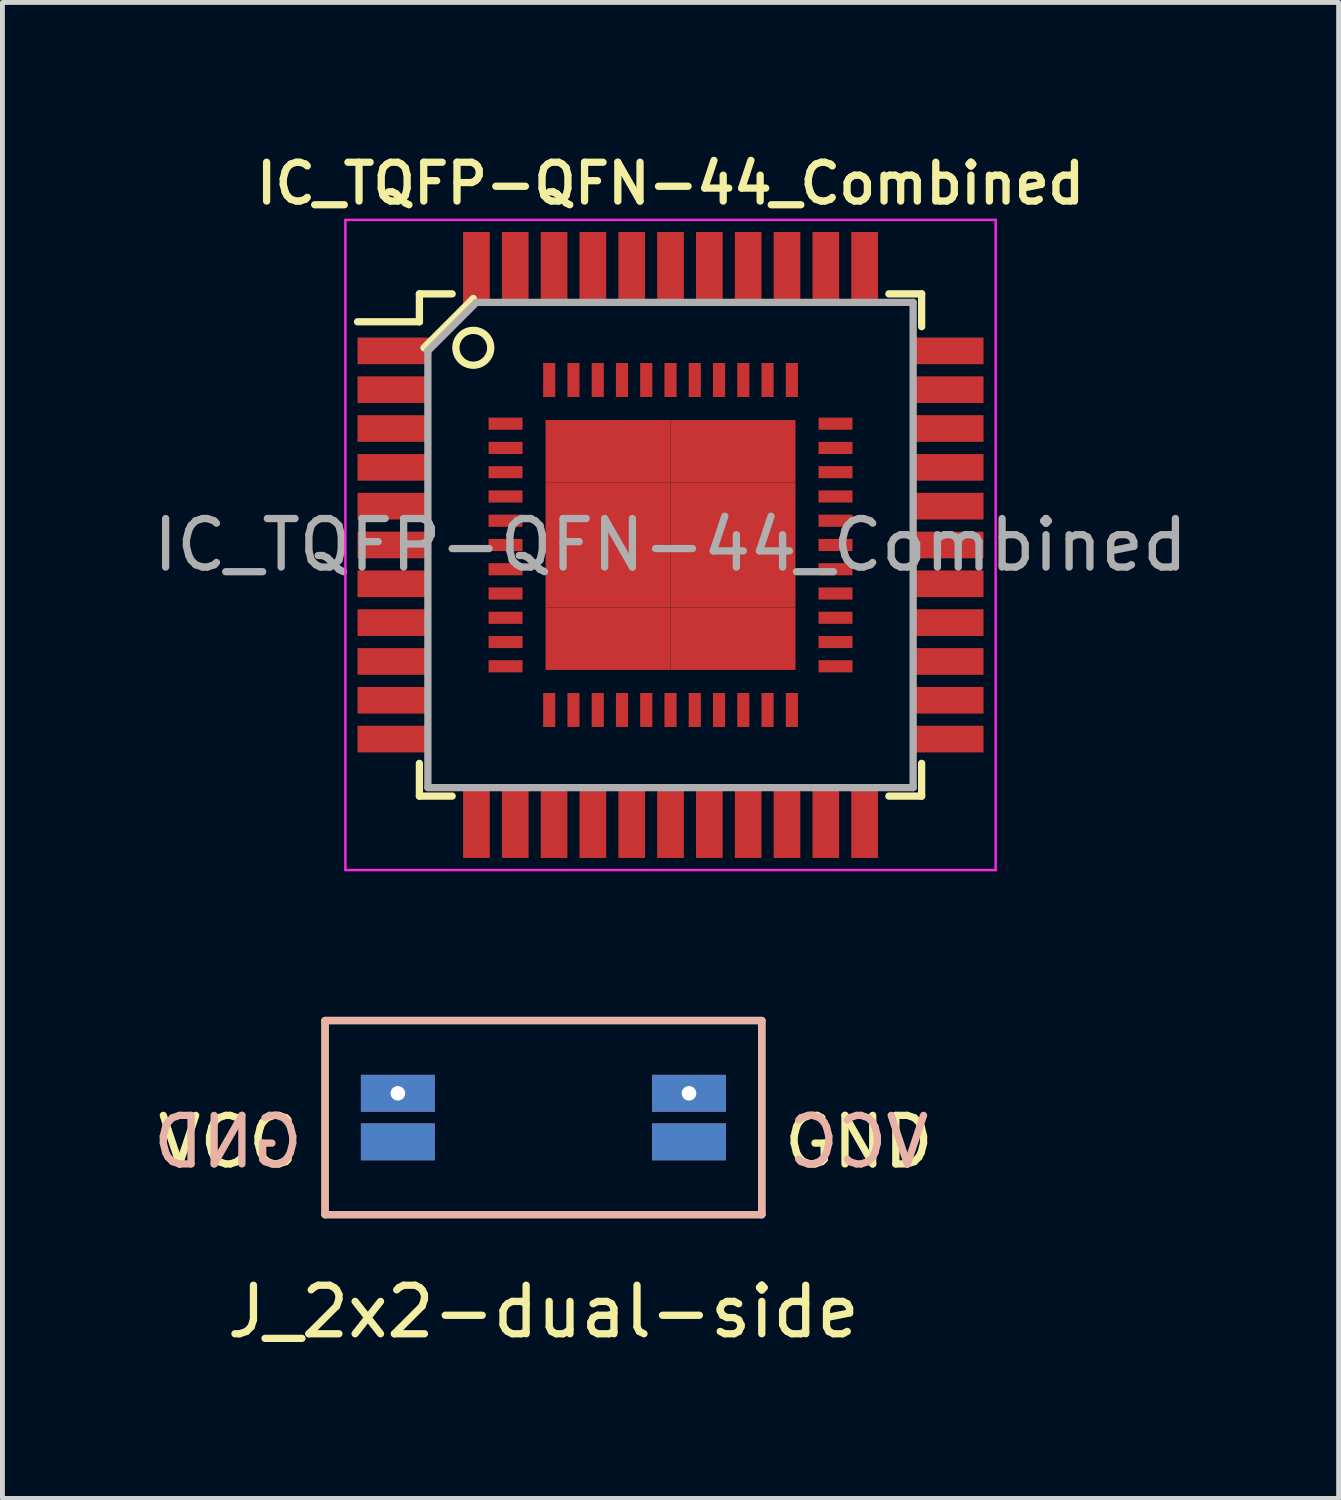
<source format=kicad_pcb>
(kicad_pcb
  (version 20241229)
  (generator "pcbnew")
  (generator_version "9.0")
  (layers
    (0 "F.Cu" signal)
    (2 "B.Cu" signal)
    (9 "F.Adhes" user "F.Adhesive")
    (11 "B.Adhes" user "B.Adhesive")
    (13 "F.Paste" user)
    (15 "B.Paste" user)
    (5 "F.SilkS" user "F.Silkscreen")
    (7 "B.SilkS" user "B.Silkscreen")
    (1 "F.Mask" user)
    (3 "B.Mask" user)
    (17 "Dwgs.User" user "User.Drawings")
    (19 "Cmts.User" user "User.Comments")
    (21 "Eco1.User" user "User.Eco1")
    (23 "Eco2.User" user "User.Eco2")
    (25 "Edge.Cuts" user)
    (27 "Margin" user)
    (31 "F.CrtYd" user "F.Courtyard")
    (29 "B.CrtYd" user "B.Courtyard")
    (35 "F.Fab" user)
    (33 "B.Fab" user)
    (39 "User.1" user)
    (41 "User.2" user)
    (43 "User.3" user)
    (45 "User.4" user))
  (footprint "J_2x2-dual-side"
    (layer "F.Cu")
    (at 8.149 19.981)
    (property "Reference" "J_2x2-dual-side" (at 0 4 0) (layer "F.SilkS") (effects (font (size 1 1) (thickness 0.15))))
    (attr through_hole)
    (fp_line (start -4.5 2) (end -4.5 -2) (stroke (width 0.15) (type solid)) (layer "F.SilkS"))
    (fp_line (start -4.5 2) (end 4.5 2) (stroke (width 0.15) (type solid)) (layer "F.SilkS"))
    (fp_line (start 4.5 -2) (end -4.5 -2) (stroke (width 0.15) (type solid)) (layer "F.SilkS"))
    (fp_line (start 4.5 -2) (end 4.5 2) (stroke (width 0.15) (type solid)) (layer "F.SilkS"))
    (fp_line (start -4.5 -2) (end -4.5 2) (stroke (width 0.15) (type solid)) (layer "B.SilkS"))
    (fp_line (start -4.5 -2) (end 4.5 -2) (stroke (width 0.15) (type solid)) (layer "B.SilkS"))
    (fp_line (start 4.5 -2) (end 4.5 2) (stroke (width 0.15) (type solid)) (layer "B.SilkS"))
    (fp_line (start 4.5 2) (end -4.5 2) (stroke (width 0.15) (type solid)) (layer "B.SilkS"))
    (fp_text user "GND" (at 6.5 0.5 0) (layer "F.SilkS") (effects (font (size 1 1) (thickness 0.15))))
    (fp_text user "VCC" (at -6.5 0.5 0) (layer "F.SilkS") (effects (font (size 1 1) (thickness 0.15))))
    (fp_text user "GND" (at -6.5 0.5 0) (layer "B.SilkS") (effects (font (size 1 1) (thickness 0.15)) (justify mirror)))
    (fp_text user "VCC" (at 6.5 0.5 0) (layer "B.SilkS") (effects (font (size 1 1) (thickness 0.15)) (justify mirror)))
    (pad "1" smd rect (at -3 0.5) (size 1.524 0.762) (layers "F.Cu" "F.Mask" "F.Paste"))
    (pad "2" thru_hole rect (at -3 -0.5) (size 1.524 0.762) (drill 0.3) (layers "*.Cu" "*.Mask"))
    (pad "3" smd rect (at -3 0.5) (size 1.524 0.762) (layers "B.Cu" "B.Mask" "B.Paste"))
    (pad "4" smd rect (at 3 0.5) (size 1.524 0.762) (layers "F.Cu" "F.Mask" "F.Paste"))
    (pad "5" thru_hole rect (at 3 -0.5) (size 1.524 0.762) (drill 0.3) (layers "*.Cu" "*.Mask"))
    (pad "6" smd rect (at 3 0.5) (size 1.524 0.762) (layers "B.Cu" "B.Mask" "B.Paste")))
  (footprint "IC_TQFP-QFN-44_Combined"
    (layer "F.Cu")
    (at 10.768 8.181)
    (property "Reference" "IC_TQFP-QFN-44_Combined" (at 0 -7.45 0) (layer "F.SilkS") (effects (font (size 0.8 0.8) (thickness 0.15))))
    (attr smd)
    (fp_line (start -5.175 -5.175) (end -5.175 -4.6) (stroke (width 0.15) (type solid)) (layer "F.SilkS"))
    (fp_line (start -5.175 -5.175) (end -4.5 -5.175) (stroke (width 0.15) (type solid)) (layer "F.SilkS"))
    (fp_line (start -5.175 -4.6) (end -6.45 -4.6) (stroke (width 0.15) (type solid)) (layer "F.SilkS"))
    (fp_line (start -5.175 5.175) (end -5.175 4.5) (stroke (width 0.15) (type solid)) (layer "F.SilkS"))
    (fp_line (start -5.175 5.175) (end -4.5 5.175) (stroke (width 0.15) (type solid)) (layer "F.SilkS"))
    (fp_line (start -5.08 -4.064) (end -4.064 -5.08) (stroke (width 0.15) (type solid)) (layer "F.SilkS"))
    (fp_line (start 5.175 -5.175) (end 4.5 -5.175) (stroke (width 0.15) (type solid)) (layer "F.SilkS"))
    (fp_line (start 5.175 -5.175) (end 5.175 -4.5) (stroke (width 0.15) (type solid)) (layer "F.SilkS"))
    (fp_line (start 5.175 5.175) (end 4.5 5.175) (stroke (width 0.15) (type solid)) (layer "F.SilkS"))
    (fp_line (start 5.175 5.175) (end 5.175 4.5) (stroke (width 0.15) (type solid)) (layer "F.SilkS"))
    (fp_circle (center -4.064 -4.064) (end -3.81 -3.81) (stroke (width 0.15) (type solid)) (fill no) (layer "F.SilkS"))
    (fp_line (start -6.7 -6.7) (end -6.7 6.7) (stroke (width 0.05) (type solid)) (layer "F.CrtYd"))
    (fp_line (start -6.7 -6.7) (end 6.7 -6.7) (stroke (width 0.05) (type solid)) (layer "F.CrtYd"))
    (fp_line (start -6.7 6.7) (end 6.7 6.7) (stroke (width 0.05) (type solid)) (layer "F.CrtYd"))
    (fp_line (start 6.7 -6.7) (end 6.7 6.7) (stroke (width 0.05) (type solid)) (layer "F.CrtYd"))
    (fp_line (start -5 -4) (end -4 -5) (stroke (width 0.15) (type solid)) (layer "F.Fab"))
    (fp_line (start -5 5) (end -5 -4) (stroke (width 0.15) (type solid)) (layer "F.Fab"))
    (fp_line (start -4 -5) (end 5 -5) (stroke (width 0.15) (type solid)) (layer "F.Fab"))
    (fp_line (start 5 -5) (end 5 5) (stroke (width 0.15) (type solid)) (layer "F.Fab"))
    (fp_line (start 5 5) (end -5 5) (stroke (width 0.15) (type solid)) (layer "F.Fab"))
    (fp_text user "${REFERENCE}" (at 0 0 0) (layer "F.Fab") (effects (font (size 1 1) (thickness 0.15))))
    (pad "1" smd rect (at -5.7 -4) (size 1.5 0.55) (layers "F.Cu" "F.Mask" "F.Paste"))
    (pad "1" smd rect (at -3.4 -2.5) (size 0.7 0.25) (layers "F.Cu" "F.Mask" "F.Paste"))
    (pad "2" smd rect (at -5.7 -3.2) (size 1.5 0.55) (layers "F.Cu" "F.Mask" "F.Paste"))
    (pad "2" smd rect (at -3.4 -2) (size 0.7 0.25) (layers "F.Cu" "F.Mask" "F.Paste"))
    (pad "3" smd rect (at -5.7 -2.4) (size 1.5 0.55) (layers "F.Cu" "F.Mask" "F.Paste"))
    (pad "3" smd rect (at -3.4 -1.5) (size 0.7 0.25) (layers "F.Cu" "F.Mask" "F.Paste"))
    (pad "4" smd rect (at -5.7 -1.6) (size 1.5 0.55) (layers "F.Cu" "F.Mask" "F.Paste"))
    (pad "4" smd rect (at -3.4 -1) (size 0.7 0.25) (layers "F.Cu" "F.Mask" "F.Paste"))
    (pad "5" smd rect (at -5.7 -0.8) (size 1.5 0.55) (layers "F.Cu" "F.Mask" "F.Paste"))
    (pad "5" smd rect (at -3.4 -0.5) (size 0.7 0.25) (layers "F.Cu" "F.Mask" "F.Paste"))
    (pad "6" smd rect (at -5.7 0) (size 1.5 0.55) (layers "F.Cu" "F.Mask" "F.Paste"))
    (pad "6" smd rect (at -3.4 0) (size 0.7 0.25) (layers "F.Cu" "F.Mask" "F.Paste"))
    (pad "7" smd rect (at -5.7 0.8) (size 1.5 0.55) (layers "F.Cu" "F.Mask" "F.Paste"))
    (pad "7" smd rect (at -3.4 0.5) (size 0.7 0.25) (layers "F.Cu" "F.Mask" "F.Paste"))
    (pad "8" smd rect (at -5.7 1.6) (size 1.5 0.55) (layers "F.Cu" "F.Mask" "F.Paste"))
    (pad "8" smd rect (at -3.4 1) (size 0.7 0.25) (layers "F.Cu" "F.Mask" "F.Paste"))
    (pad "9" smd rect (at -5.7 2.4) (size 1.5 0.55) (layers "F.Cu" "F.Mask" "F.Paste"))
    (pad "9" smd rect (at -3.4 1.5) (size 0.7 0.25) (layers "F.Cu" "F.Mask" "F.Paste"))
    (pad "10" smd rect (at -5.7 3.2) (size 1.5 0.55) (layers "F.Cu" "F.Mask" "F.Paste"))
    (pad "10" smd rect (at -3.4 2) (size 0.7 0.25) (layers "F.Cu" "F.Mask" "F.Paste"))
    (pad "11" smd rect (at -5.7 4) (size 1.5 0.55) (layers "F.Cu" "F.Mask" "F.Paste"))
    (pad "11" smd rect (at -3.4 2.5) (size 0.7 0.25) (layers "F.Cu" "F.Mask" "F.Paste"))
    (pad "12" smd rect (at -4 5.7 90) (size 1.5 0.55) (layers "F.Cu" "F.Mask" "F.Paste"))
    (pad "12" smd rect (at -2.5 3.4 90) (size 0.7 0.25) (layers "F.Cu" "F.Mask" "F.Paste"))
    (pad "13" smd rect (at -3.2 5.7 90) (size 1.5 0.55) (layers "F.Cu" "F.Mask" "F.Paste"))
    (pad "13" smd rect (at -2 3.4 90) (size 0.7 0.25) (layers "F.Cu" "F.Mask" "F.Paste"))
    (pad "14" smd rect (at -2.4 5.7 90) (size 1.5 0.55) (layers "F.Cu" "F.Mask" "F.Paste"))
    (pad "14" smd rect (at -1.5 3.4 90) (size 0.7 0.25) (layers "F.Cu" "F.Mask" "F.Paste"))
    (pad "15" smd rect (at -1.6 5.7 90) (size 1.5 0.55) (layers "F.Cu" "F.Mask" "F.Paste"))
    (pad "15" smd rect (at -1 3.4 90) (size 0.7 0.25) (layers "F.Cu" "F.Mask" "F.Paste"))
    (pad "16" smd rect (at -0.8 5.7 90) (size 1.5 0.55) (layers "F.Cu" "F.Mask" "F.Paste"))
    (pad "16" smd rect (at -0.5 3.4 90) (size 0.7 0.25) (layers "F.Cu" "F.Mask" "F.Paste"))
    (pad "17" smd rect (at 0 3.4 90) (size 0.7 0.25) (layers "F.Cu" "F.Mask" "F.Paste"))
    (pad "17" smd rect (at 0 5.7 90) (size 1.5 0.55) (layers "F.Cu" "F.Mask" "F.Paste"))
    (pad "18" smd rect (at 0.5 3.4 90) (size 0.7 0.25) (layers "F.Cu" "F.Mask" "F.Paste"))
    (pad "18" smd rect (at 0.8 5.7 90) (size 1.5 0.55) (layers "F.Cu" "F.Mask" "F.Paste"))
    (pad "19" smd rect (at 1 3.4 90) (size 0.7 0.25) (layers "F.Cu" "F.Mask" "F.Paste"))
    (pad "19" smd rect (at 1.6 5.7 90) (size 1.5 0.55) (layers "F.Cu" "F.Mask" "F.Paste"))
    (pad "20" smd rect (at 1.5 3.4 90) (size 0.7 0.25) (layers "F.Cu" "F.Mask" "F.Paste"))
    (pad "20" smd rect (at 2.4 5.7 90) (size 1.5 0.55) (layers "F.Cu" "F.Mask" "F.Paste"))
    (pad "21" smd rect (at 2 3.4 90) (size 0.7 0.25) (layers "F.Cu" "F.Mask" "F.Paste"))
    (pad "21" smd rect (at 3.2 5.7 90) (size 1.5 0.55) (layers "F.Cu" "F.Mask" "F.Paste"))
    (pad "22" smd rect (at 2.5 3.4 90) (size 0.7 0.25) (layers "F.Cu" "F.Mask" "F.Paste"))
    (pad "22" smd rect (at 4 5.7 90) (size 1.5 0.55) (layers "F.Cu" "F.Mask" "F.Paste"))
    (pad "23" smd rect (at 3.4 2.5) (size 0.7 0.25) (layers "F.Cu" "F.Mask" "F.Paste"))
    (pad "23" smd rect (at 5.7 4) (size 1.5 0.55) (layers "F.Cu" "F.Mask" "F.Paste"))
    (pad "24" smd rect (at 3.4 2) (size 0.7 0.25) (layers "F.Cu" "F.Mask" "F.Paste"))
    (pad "24" smd rect (at 5.7 3.2) (size 1.5 0.55) (layers "F.Cu" "F.Mask" "F.Paste"))
    (pad "25" smd rect (at 3.4 1.5) (size 0.7 0.25) (layers "F.Cu" "F.Mask" "F.Paste"))
    (pad "25" smd rect (at 5.7 2.4) (size 1.5 0.55) (layers "F.Cu" "F.Mask" "F.Paste"))
    (pad "26" smd rect (at 3.4 1) (size 0.7 0.25) (layers "F.Cu" "F.Mask" "F.Paste"))
    (pad "26" smd rect (at 5.7 1.6) (size 1.5 0.55) (layers "F.Cu" "F.Mask" "F.Paste"))
    (pad "27" smd rect (at 3.4 0.5) (size 0.7 0.25) (layers "F.Cu" "F.Mask" "F.Paste"))
    (pad "27" smd rect (at 5.7 0.8) (size 1.5 0.55) (layers "F.Cu" "F.Mask" "F.Paste"))
    (pad "28" smd rect (at 3.4 0) (size 0.7 0.25) (layers "F.Cu" "F.Mask" "F.Paste"))
    (pad "28" smd rect (at 5.7 0) (size 1.5 0.55) (layers "F.Cu" "F.Mask" "F.Paste"))
    (pad "29" smd rect (at 3.4 -0.5) (size 0.7 0.25) (layers "F.Cu" "F.Mask" "F.Paste"))
    (pad "29" smd rect (at 5.7 -0.8) (size 1.5 0.55) (layers "F.Cu" "F.Mask" "F.Paste"))
    (pad "30" smd rect (at 3.4 -1) (size 0.7 0.25) (layers "F.Cu" "F.Mask" "F.Paste"))
    (pad "30" smd rect (at 5.7 -1.6) (size 1.5 0.55) (layers "F.Cu" "F.Mask" "F.Paste"))
    (pad "31" smd rect (at 3.4 -1.5) (size 0.7 0.25) (layers "F.Cu" "F.Mask" "F.Paste"))
    (pad "31" smd rect (at 5.7 -2.4) (size 1.5 0.55) (layers "F.Cu" "F.Mask" "F.Paste"))
    (pad "32" smd rect (at 3.4 -2) (size 0.7 0.25) (layers "F.Cu" "F.Mask" "F.Paste"))
    (pad "32" smd rect (at 5.7 -3.2) (size 1.5 0.55) (layers "F.Cu" "F.Mask" "F.Paste"))
    (pad "33" smd rect (at 3.4 -2.5) (size 0.7 0.25) (layers "F.Cu" "F.Mask" "F.Paste"))
    (pad "33" smd rect (at 5.7 -4) (size 1.5 0.55) (layers "F.Cu" "F.Mask" "F.Paste"))
    (pad "34" smd rect (at 2.5 -3.4 90) (size 0.7 0.25) (layers "F.Cu" "F.Mask" "F.Paste"))
    (pad "34" smd rect (at 4 -5.7 90) (size 1.5 0.55) (layers "F.Cu" "F.Mask" "F.Paste"))
    (pad "35" smd rect (at 2 -3.4 90) (size 0.7 0.25) (layers "F.Cu" "F.Mask" "F.Paste"))
    (pad "35" smd rect (at 3.2 -5.7 90) (size 1.5 0.55) (layers "F.Cu" "F.Mask" "F.Paste"))
    (pad "36" smd rect (at 1.5 -3.4 90) (size 0.7 0.25) (layers "F.Cu" "F.Mask" "F.Paste"))
    (pad "36" smd rect (at 2.4 -5.7 90) (size 1.5 0.55) (layers "F.Cu" "F.Mask" "F.Paste"))
    (pad "37" smd rect (at 1 -3.4 90) (size 0.7 0.25) (layers "F.Cu" "F.Mask" "F.Paste"))
    (pad "37" smd rect (at 1.6 -5.7 90) (size 1.5 0.55) (layers "F.Cu" "F.Mask" "F.Paste"))
    (pad "38" smd rect (at 0.5 -3.4 90) (size 0.7 0.25) (layers "F.Cu" "F.Mask" "F.Paste"))
    (pad "38" smd rect (at 0.8 -5.7 90) (size 1.5 0.55) (layers "F.Cu" "F.Mask" "F.Paste"))
    (pad "39" smd rect (at 0 -5.7 90) (size 1.5 0.55) (layers "F.Cu" "F.Mask" "F.Paste"))
    (pad "39" smd rect (at 0 -3.4 90) (size 0.7 0.25) (layers "F.Cu" "F.Mask" "F.Paste"))
    (pad "40" smd rect (at -0.8 -5.7 90) (size 1.5 0.55) (layers "F.Cu" "F.Mask" "F.Paste"))
    (pad "40" smd rect (at -0.5 -3.4 90) (size 0.7 0.25) (layers "F.Cu" "F.Mask" "F.Paste"))
    (pad "41" smd rect (at -1.6 -5.7 90) (size 1.5 0.55) (layers "F.Cu" "F.Mask" "F.Paste"))
    (pad "41" smd rect (at -1 -3.4 90) (size 0.7 0.25) (layers "F.Cu" "F.Mask" "F.Paste"))
    (pad "42" smd rect (at -2.4 -5.7 90) (size 1.5 0.55) (layers "F.Cu" "F.Mask" "F.Paste"))
    (pad "42" smd rect (at -1.5 -3.4 90) (size 0.7 0.25) (layers "F.Cu" "F.Mask" "F.Paste"))
    (pad "43" smd rect (at -3.2 -5.7 90) (size 1.5 0.55) (layers "F.Cu" "F.Mask" "F.Paste"))
    (pad "43" smd rect (at -2 -3.4 90) (size 0.7 0.25) (layers "F.Cu" "F.Mask" "F.Paste"))
    (pad "44" smd rect (at -4 -5.7 90) (size 1.5 0.55) (layers "F.Cu" "F.Mask" "F.Paste"))
    (pad "44" smd rect (at -2.5 -3.4 90) (size 0.7 0.25) (layers "F.Cu" "F.Mask" "F.Paste"))
    (pad "45" smd rect (at -1.931 -1.931) (size 1.288 1.288) (layers "F.Cu" "F.Mask" "F.Paste"))
    (pad "45" smd rect (at -1.931 -0.644) (size 1.288 1.288) (layers "F.Cu" "F.Mask" "F.Paste"))
    (pad "45" smd rect (at -1.931 0.644) (size 1.288 1.288) (layers "F.Cu" "F.Mask" "F.Paste"))
    (pad "45" smd rect (at -1.931 1.931) (size 1.288 1.288) (layers "F.Cu" "F.Mask" "F.Paste"))
    (pad "45" smd rect (at -0.644 -1.931) (size 1.288 1.288) (layers "F.Cu" "F.Mask" "F.Paste"))
    (pad "45" smd rect (at -0.644 -0.644) (size 1.288 1.288) (layers "F.Cu" "F.Mask" "F.Paste"))
    (pad "45" smd rect (at -0.644 0.644) (size 1.288 1.288) (layers "F.Cu" "F.Mask" "F.Paste"))
    (pad "45" smd rect (at -0.644 1.931) (size 1.288 1.288) (layers "F.Cu" "F.Mask" "F.Paste"))
    (pad "45" smd rect (at 0.644 -1.931) (size 1.288 1.288) (layers "F.Cu" "F.Mask" "F.Paste"))
    (pad "45" smd rect (at 0.644 -0.644) (size 1.288 1.288) (layers "F.Cu" "F.Mask" "F.Paste"))
    (pad "45" smd rect (at 0.644 0.644) (size 1.288 1.288) (layers "F.Cu" "F.Mask" "F.Paste"))
    (pad "45" smd rect (at 0.644 1.931) (size 1.288 1.288) (layers "F.Cu" "F.Mask" "F.Paste"))
    (pad "45" smd rect (at 1.931 -1.931) (size 1.288 1.288) (layers "F.Cu" "F.Mask" "F.Paste"))
    (pad "45" smd rect (at 1.931 -0.644) (size 1.288 1.288) (layers "F.Cu" "F.Mask" "F.Paste"))
    (pad "45" smd rect (at 1.931 0.644) (size 1.288 1.288) (layers "F.Cu" "F.Mask" "F.Paste"))
    (pad "45" smd rect (at 1.931 1.931) (size 1.288 1.288) (layers "F.Cu" "F.Mask" "F.Paste")))
  (gr_rect
    (start -3 -3)
    (end 24.536 27.829)
    (stroke (width 0.1) (type default))
    (fill no)
    (layer "Edge.Cuts")))
</source>
